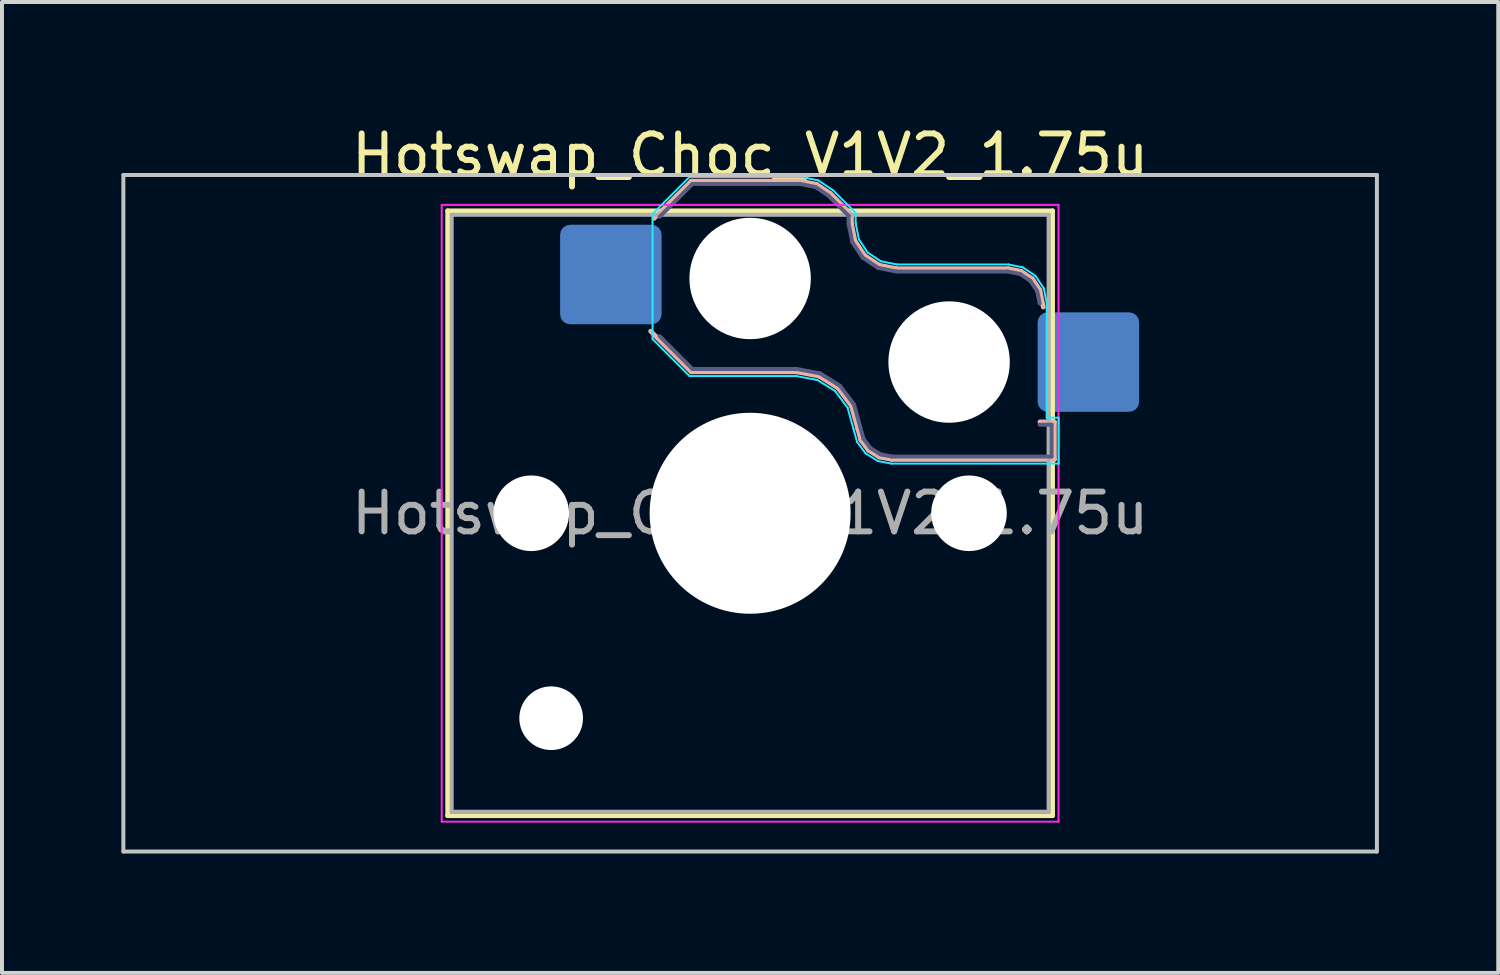
<source format=kicad_pcb>
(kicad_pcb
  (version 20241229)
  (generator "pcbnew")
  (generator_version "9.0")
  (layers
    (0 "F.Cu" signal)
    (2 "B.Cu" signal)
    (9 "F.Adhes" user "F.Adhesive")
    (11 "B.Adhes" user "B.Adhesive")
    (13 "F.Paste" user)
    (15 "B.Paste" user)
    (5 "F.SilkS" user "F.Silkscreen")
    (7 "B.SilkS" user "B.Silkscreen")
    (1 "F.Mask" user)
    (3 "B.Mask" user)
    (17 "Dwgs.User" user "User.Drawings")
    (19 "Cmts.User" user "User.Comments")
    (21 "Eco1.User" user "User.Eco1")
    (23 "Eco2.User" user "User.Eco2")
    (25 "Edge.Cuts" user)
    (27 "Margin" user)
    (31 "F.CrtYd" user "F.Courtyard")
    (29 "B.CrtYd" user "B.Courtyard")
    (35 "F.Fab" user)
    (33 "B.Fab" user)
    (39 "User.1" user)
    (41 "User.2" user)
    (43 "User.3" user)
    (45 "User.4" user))
  (footprint "Hotswap_Choc_V1V2_1.75u"
    (layer "F.Cu")
    (at 15.8 9.848)
    (property "Reference" "Hotswap_Choc_V1V2_1.75u" (at 0 -9 0) (layer "F.SilkS") (effects (font (size 1 1) (thickness 0.15))))
    (attr smd)
    (fp_line (start -7.6 -7.6) (end -7.6 7.6) (stroke (width 0.12) (type solid)) (layer "F.SilkS"))
    (fp_line (start -7.6 7.6) (end 7.6 7.6) (stroke (width 0.12) (type solid)) (layer "F.SilkS"))
    (fp_line (start 7.6 -7.6) (end -7.6 -7.6) (stroke (width 0.12) (type solid)) (layer "F.SilkS"))
    (fp_line (start 7.6 7.6) (end 7.6 -7.6) (stroke (width 0.12) (type solid)) (layer "F.SilkS"))
    (fp_line (start -2.416 -7.409) (end -1.479 -8.346) (stroke (width 0.12) (type solid)) (layer "B.SilkS"))
    (fp_line (start -1.479 -8.346) (end 1.268 -8.346) (stroke (width 0.12) (type solid)) (layer "B.SilkS"))
    (fp_line (start -1.479 -3.554) (end -2.5 -4.575) (stroke (width 0.12) (type solid)) (layer "B.SilkS"))
    (fp_line (start 1.168 -3.554) (end -1.479 -3.554) (stroke (width 0.12) (type solid)) (layer "B.SilkS"))
    (fp_line (start 1.268 -8.346) (end 1.671 -8.266) (stroke (width 0.12) (type solid)) (layer "B.SilkS"))
    (fp_line (start 1.671 -8.266) (end 2.013 -8.037) (stroke (width 0.12) (type solid)) (layer "B.SilkS"))
    (fp_line (start 1.73 -3.449) (end 1.168 -3.554) (stroke (width 0.12) (type solid)) (layer "B.SilkS"))
    (fp_line (start 2.013 -8.037) (end 2.546 -7.504) (stroke (width 0.12) (type solid)) (layer "B.SilkS"))
    (fp_line (start 2.209 -3.15) (end 1.73 -3.449) (stroke (width 0.12) (type solid)) (layer "B.SilkS"))
    (fp_line (start 2.546 -7.504) (end 2.546 -7.282) (stroke (width 0.12) (type solid)) (layer "B.SilkS"))
    (fp_line (start 2.546 -7.282) (end 2.633 -6.844) (stroke (width 0.12) (type solid)) (layer "B.SilkS"))
    (fp_line (start 2.547 -2.697) (end 2.209 -3.15) (stroke (width 0.12) (type solid)) (layer "B.SilkS"))
    (fp_line (start 2.633 -6.844) (end 2.877 -6.477) (stroke (width 0.12) (type solid)) (layer "B.SilkS"))
    (fp_line (start 2.701 -2.139) (end 2.547 -2.697) (stroke (width 0.12) (type solid)) (layer "B.SilkS"))
    (fp_line (start 2.783 -1.841) (end 2.701 -2.139) (stroke (width 0.12) (type solid)) (layer "B.SilkS"))
    (fp_line (start 2.877 -6.477) (end 3.244 -6.233) (stroke (width 0.12) (type solid)) (layer "B.SilkS"))
    (fp_line (start 2.976 -1.583) (end 2.783 -1.841) (stroke (width 0.12) (type solid)) (layer "B.SilkS"))
    (fp_line (start 3.244 -6.233) (end 3.682 -6.146) (stroke (width 0.12) (type solid)) (layer "B.SilkS"))
    (fp_line (start 3.25 -1.413) (end 2.976 -1.583) (stroke (width 0.12) (type solid)) (layer "B.SilkS"))
    (fp_line (start 3.56 -1.354) (end 3.25 -1.413) (stroke (width 0.12) (type solid)) (layer "B.SilkS"))
    (fp_line (start 3.682 -6.146) (end 6.482 -6.146) (stroke (width 0.12) (type solid)) (layer "B.SilkS"))
    (fp_line (start 6.482 -6.146) (end 6.809 -6.081) (stroke (width 0.12) (type solid)) (layer "B.SilkS"))
    (fp_line (start 6.809 -6.081) (end 7.092 -5.892) (stroke (width 0.12) (type solid)) (layer "B.SilkS"))
    (fp_line (start 7.092 -5.892) (end 7.281 -5.609) (stroke (width 0.12) (type solid)) (layer "B.SilkS"))
    (fp_line (start 7.281 -5.609) (end 7.366 -5.182) (stroke (width 0.12) (type solid)) (layer "B.SilkS"))
    (fp_line (start 7.283 -2.296) (end 7.646 -2.296) (stroke (width 0.12) (type solid)) (layer "B.SilkS"))
    (fp_line (start 7.646 -2.296) (end 7.646 -1.354) (stroke (width 0.12) (type solid)) (layer "B.SilkS"))
    (fp_line (start 7.646 -1.354) (end 3.56 -1.354) (stroke (width 0.12) (type solid)) (layer "B.SilkS"))
    (fp_line (start -15.75 -8.5) (end -15.75 8.5) (stroke (width 0.1) (type solid)) (layer "Dwgs.User"))
    (fp_line (start -15.75 8.5) (end 15.75 8.5) (stroke (width 0.1) (type solid)) (layer "Dwgs.User"))
    (fp_line (start 15.75 -8.5) (end -15.75 -8.5) (stroke (width 0.1) (type solid)) (layer "Dwgs.User"))
    (fp_line (start 15.75 8.5) (end 15.75 -8.5) (stroke (width 0.1) (type solid)) (layer "Dwgs.User"))
    (fp_line (start -7.25 -7.25) (end -7.25 7.25) (stroke (width 0.1) (type solid)) (layer "Eco1.User"))
    (fp_line (start -7.25 7.25) (end 7.25 7.25) (stroke (width 0.1) (type solid)) (layer "Eco1.User"))
    (fp_line (start 7.25 -7.25) (end -7.25 -7.25) (stroke (width 0.1) (type solid)) (layer "Eco1.User"))
    (fp_line (start 7.25 7.25) (end 7.25 -7.25) (stroke (width 0.1) (type solid)) (layer "Eco1.User"))
    (fp_line (start -2.452 -7.523) (end -1.523 -8.452) (stroke (width 0.05) (type solid)) (layer "B.CrtYd"))
    (fp_line (start -2.452 -4.377) (end -2.452 -7.523) (stroke (width 0.05) (type solid)) (layer "B.CrtYd"))
    (fp_line (start -1.523 -8.452) (end 1.278 -8.452) (stroke (width 0.05) (type solid)) (layer "B.CrtYd"))
    (fp_line (start -1.523 -3.448) (end -2.452 -4.377) (stroke (width 0.05) (type solid)) (layer "B.CrtYd"))
    (fp_line (start 1.159 -3.448) (end -1.523 -3.448) (stroke (width 0.05) (type solid)) (layer "B.CrtYd"))
    (fp_line (start 1.278 -8.452) (end 1.712 -8.366) (stroke (width 0.05) (type solid)) (layer "B.CrtYd"))
    (fp_line (start 1.691 -3.348) (end 1.159 -3.448) (stroke (width 0.05) (type solid)) (layer "B.CrtYd"))
    (fp_line (start 1.712 -8.366) (end 2.081 -8.119) (stroke (width 0.05) (type solid)) (layer "B.CrtYd"))
    (fp_line (start 2.081 -8.119) (end 2.652 -7.548) (stroke (width 0.05) (type solid)) (layer "B.CrtYd"))
    (fp_line (start 2.136 -3.071) (end 1.691 -3.348) (stroke (width 0.05) (type solid)) (layer "B.CrtYd"))
    (fp_line (start 2.45 -2.65) (end 2.136 -3.071) (stroke (width 0.05) (type solid)) (layer "B.CrtYd"))
    (fp_line (start 2.599 -2.111) (end 2.45 -2.65) (stroke (width 0.05) (type solid)) (layer "B.CrtYd"))
    (fp_line (start 2.652 -7.548) (end 2.652 -7.292) (stroke (width 0.05) (type solid)) (layer "B.CrtYd"))
    (fp_line (start 2.652 -7.292) (end 2.733 -6.885) (stroke (width 0.05) (type solid)) (layer "B.CrtYd"))
    (fp_line (start 2.687 -1.794) (end 2.599 -2.111) (stroke (width 0.05) (type solid)) (layer "B.CrtYd"))
    (fp_line (start 2.733 -6.885) (end 2.953 -6.553) (stroke (width 0.05) (type solid)) (layer "B.CrtYd"))
    (fp_line (start 2.903 -1.503) (end 2.687 -1.794) (stroke (width 0.05) (type solid)) (layer "B.CrtYd"))
    (fp_line (start 2.953 -6.553) (end 3.285 -6.333) (stroke (width 0.05) (type solid)) (layer "B.CrtYd"))
    (fp_line (start 3.211 -1.312) (end 2.903 -1.503) (stroke (width 0.05) (type solid)) (layer "B.CrtYd"))
    (fp_line (start 3.285 -6.333) (end 3.692 -6.252) (stroke (width 0.05) (type solid)) (layer "B.CrtYd"))
    (fp_line (start 3.55 -1.248) (end 3.211 -1.312) (stroke (width 0.05) (type solid)) (layer "B.CrtYd"))
    (fp_line (start 3.692 -6.252) (end 6.492 -6.252) (stroke (width 0.05) (type solid)) (layer "B.CrtYd"))
    (fp_line (start 6.492 -6.252) (end 6.85 -6.181) (stroke (width 0.05) (type solid)) (layer "B.CrtYd"))
    (fp_line (start 6.85 -6.181) (end 7.168 -5.968) (stroke (width 0.05) (type solid)) (layer "B.CrtYd"))
    (fp_line (start 7.168 -5.968) (end 7.381 -5.65) (stroke (width 0.05) (type solid)) (layer "B.CrtYd"))
    (fp_line (start 7.381 -5.65) (end 7.452 -5.292) (stroke (width 0.05) (type solid)) (layer "B.CrtYd"))
    (fp_line (start 7.452 -5.292) (end 7.452 -2.402) (stroke (width 0.05) (type solid)) (layer "B.CrtYd"))
    (fp_line (start 7.452 -2.402) (end 7.752 -2.402) (stroke (width 0.05) (type solid)) (layer "B.CrtYd"))
    (fp_line (start 7.752 -2.402) (end 7.752 -1.248) (stroke (width 0.05) (type solid)) (layer "B.CrtYd"))
    (fp_line (start 7.752 -1.248) (end 3.55 -1.248) (stroke (width 0.05) (type solid)) (layer "B.CrtYd"))
    (fp_line (start -7.75 -7.75) (end -7.75 7.75) (stroke (width 0.05) (type solid)) (layer "F.CrtYd"))
    (fp_line (start -7.75 7.75) (end 7.75 7.75) (stroke (width 0.05) (type solid)) (layer "F.CrtYd"))
    (fp_line (start 7.75 -7.75) (end -7.75 -7.75) (stroke (width 0.05) (type solid)) (layer "F.CrtYd"))
    (fp_line (start 7.75 7.75) (end 7.75 -7.75) (stroke (width 0.05) (type solid)) (layer "F.CrtYd"))
    (fp_line (start -2.275 -7.45) (end -1.45 -8.275) (stroke (width 0.1) (type solid)) (layer "B.Fab"))
    (fp_line (start -1.45 -8.275) (end 1.261 -8.275) (stroke (width 0.1) (type solid)) (layer "B.Fab"))
    (fp_line (start -1.45 -3.625) (end -2.275 -4.45) (stroke (width 0.1) (type solid)) (layer "B.Fab"))
    (fp_line (start 1.175 -3.625) (end -1.45 -3.625) (stroke (width 0.1) (type solid)) (layer "B.Fab"))
    (fp_line (start 1.261 -8.275) (end 1.643 -8.199) (stroke (width 0.1) (type solid)) (layer "B.Fab"))
    (fp_line (start 1.643 -8.199) (end 1.968 -7.982) (stroke (width 0.1) (type solid)) (layer "B.Fab"))
    (fp_line (start 1.756 -3.516) (end 1.175 -3.625) (stroke (width 0.1) (type solid)) (layer "B.Fab"))
    (fp_line (start 1.968 -7.982) (end 2.475 -7.475) (stroke (width 0.1) (type solid)) (layer "B.Fab"))
    (fp_line (start 2.258 -3.203) (end 1.756 -3.516) (stroke (width 0.1) (type solid)) (layer "B.Fab"))
    (fp_line (start 2.475 -7.475) (end 2.475 -7.275) (stroke (width 0.1) (type solid)) (layer "B.Fab"))
    (fp_line (start 2.475 -7.275) (end 2.566 -6.816) (stroke (width 0.1) (type solid)) (layer "B.Fab"))
    (fp_line (start 2.566 -6.816) (end 2.826 -6.426) (stroke (width 0.1) (type solid)) (layer "B.Fab"))
    (fp_line (start 2.612 -2.729) (end 2.258 -3.203) (stroke (width 0.1) (type solid)) (layer "B.Fab"))
    (fp_line (start 2.769 -2.158) (end 2.612 -2.729) (stroke (width 0.1) (type solid)) (layer "B.Fab"))
    (fp_line (start 2.826 -6.426) (end 3.216 -6.166) (stroke (width 0.1) (type solid)) (layer "B.Fab"))
    (fp_line (start 2.848 -1.873) (end 2.769 -2.158) (stroke (width 0.1) (type solid)) (layer "B.Fab"))
    (fp_line (start 3.025 -1.636) (end 2.848 -1.873) (stroke (width 0.1) (type solid)) (layer "B.Fab"))
    (fp_line (start 3.216 -6.166) (end 3.675 -6.075) (stroke (width 0.1) (type solid)) (layer "B.Fab"))
    (fp_line (start 3.276 -1.48) (end 3.025 -1.636) (stroke (width 0.1) (type solid)) (layer "B.Fab"))
    (fp_line (start 3.567 -1.425) (end 3.276 -1.48) (stroke (width 0.1) (type solid)) (layer "B.Fab"))
    (fp_line (start 3.675 -6.075) (end 6.475 -6.075) (stroke (width 0.1) (type solid)) (layer "B.Fab"))
    (fp_line (start 6.475 -6.075) (end 6.781 -6.014) (stroke (width 0.1) (type solid)) (layer "B.Fab"))
    (fp_line (start 6.781 -6.014) (end 7.041 -5.841) (stroke (width 0.1) (type solid)) (layer "B.Fab"))
    (fp_line (start 7.041 -5.841) (end 7.214 -5.581) (stroke (width 0.1) (type solid)) (layer "B.Fab"))
    (fp_line (start 7.214 -5.581) (end 7.275 -5.275) (stroke (width 0.1) (type solid)) (layer "B.Fab"))
    (fp_line (start 7.275 -2.225) (end 7.575 -2.225) (stroke (width 0.1) (type solid)) (layer "B.Fab"))
    (fp_line (start 7.575 -2.225) (end 7.575 -1.425) (stroke (width 0.1) (type solid)) (layer "B.Fab"))
    (fp_line (start 7.575 -1.425) (end 3.567 -1.425) (stroke (width 0.1) (type solid)) (layer "B.Fab"))
    (fp_line (start -7.5 -7.5) (end -7.5 7.5) (stroke (width 0.1) (type solid)) (layer "F.Fab"))
    (fp_line (start -7.5 7.5) (end 7.5 7.5) (stroke (width 0.1) (type solid)) (layer "F.Fab"))
    (fp_line (start 7.5 -7.5) (end -7.5 -7.5) (stroke (width 0.1) (type solid)) (layer "F.Fab"))
    (fp_line (start 7.5 7.5) (end 7.5 -7.5) (stroke (width 0.1) (type solid)) (layer "F.Fab"))
    (fp_text user "${REFERENCE}" (at 0 0 0) (layer "F.Fab") (effects (font (size 1 1) (thickness 0.15))))
    (pad "" np_thru_hole circle (at -5.5 0) (size 1.9 1.9) (drill 1.9) (layers "*.Cu" "*.Mask"))
    (pad "" np_thru_hole circle (at -5 5.15) (size 1.6 1.6) (drill 1.6) (layers "*.Cu" "*.Mask"))
    (pad "" np_thru_hole circle (at 0 -5.9) (size 3.05 3.05) (drill 3.05) (layers "*.Cu" "*.Mask"))
    (pad "" np_thru_hole circle (at 0 0) (size 5.05 5.05) (drill 5.05) (layers "*.Cu" "*.Mask"))
    (pad "" np_thru_hole circle (at 5 -3.8) (size 3.05 3.05) (drill 3.05) (layers "*.Cu" "*.Mask"))
    (pad "" np_thru_hole circle (at 5.5 0) (size 1.9 1.9) (drill 1.9) (layers "*.Cu" "*.Mask"))
    (pad "1" smd roundrect (at -3.5 -6) (size 2.55 2.5) (layers "B.Cu" "B.Mask" "B.Paste") (roundrect_rratio 0.1))
    (pad "2" smd roundrect (at 8.5 -3.8) (size 2.55 2.5) (layers "B.Cu" "B.Mask" "B.Paste") (roundrect_rratio 0.1)))
  (gr_rect
    (start -3 -3)
    (end 34.6 21.398)
    (stroke (width 0.1) (type default))
    (fill no)
    (layer "Edge.Cuts")))
</source>
